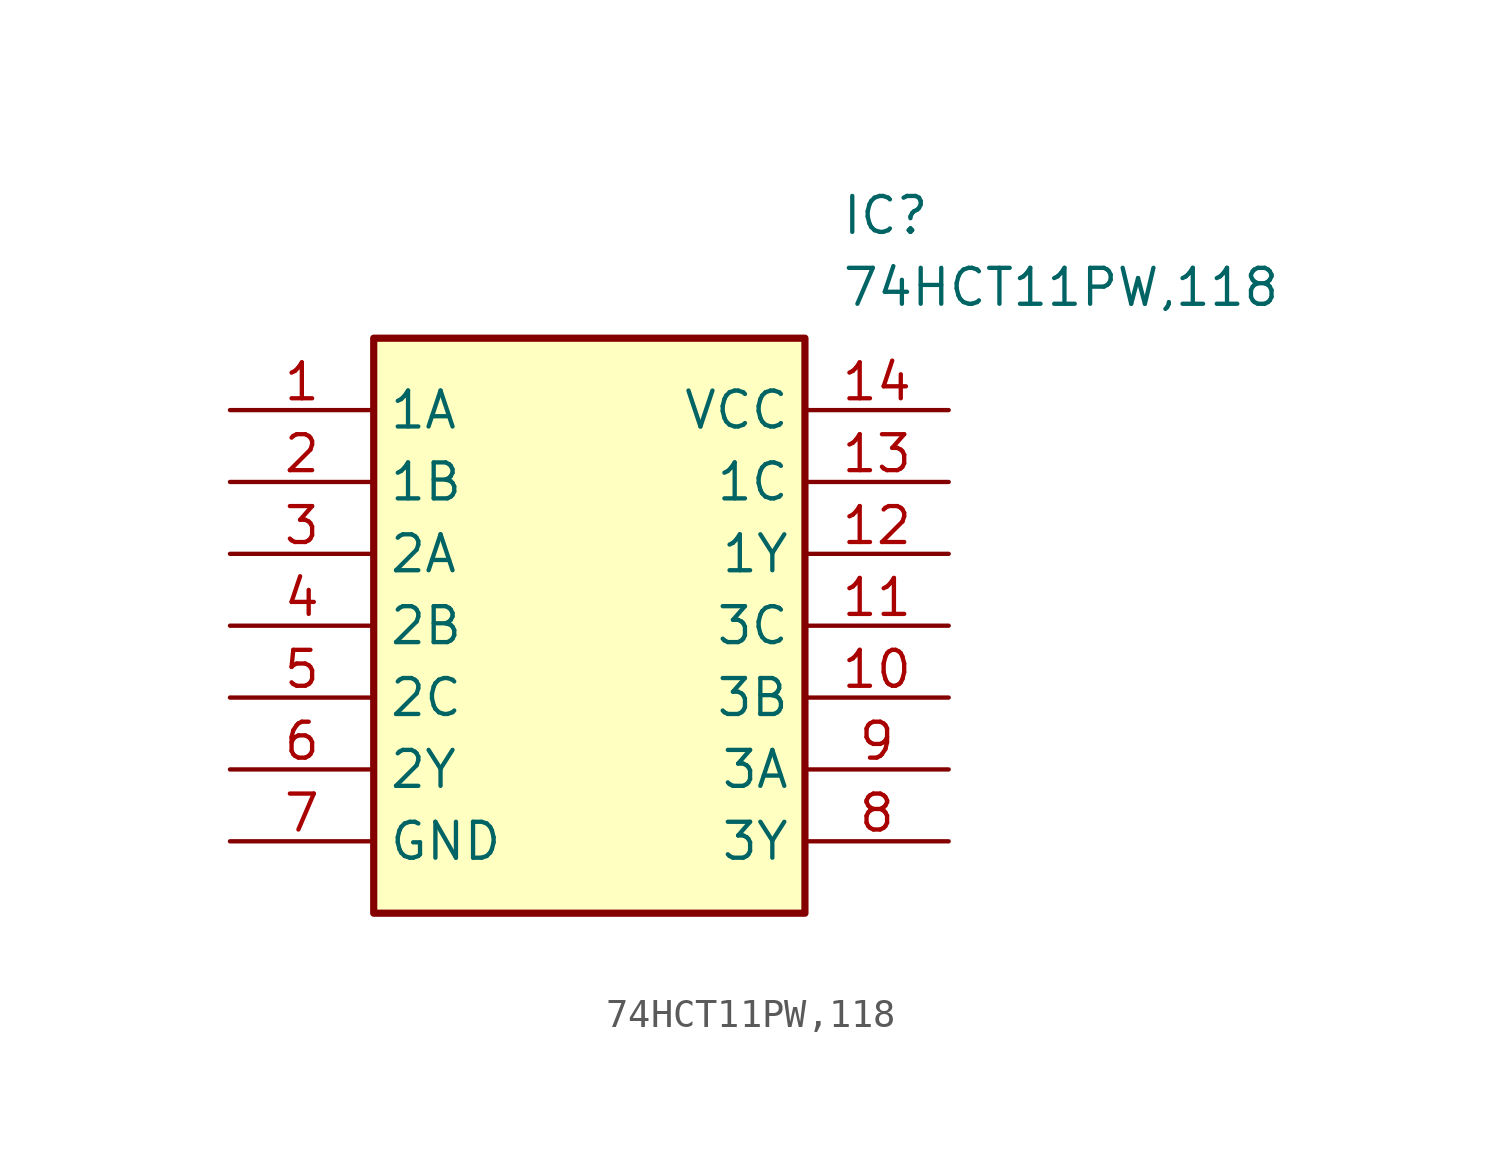
<source format=kicad_sym>
(kicad_symbol_lib
  (version 20211014)
  (generator SamacSys_ECAD_Model)
  (symbol "74HCT11PW,118"
    (property "Reference" "IC"
      (at 21.59 7.62 0)
      (effects (font (size 1.27 1.27)) (justify left top)))
    (property "Value" "74HCT11PW,118"
      (at 21.59 5.08 0)
      (effects (font (size 1.27 1.27)) (justify left top)))
    (rectangle
      (start 5.08 2.54)
      (end 20.32 -17.78)
      (stroke (width 0.254) (type default))
      (fill (type background)))
    (pin passive line
      (at 0 0 0)
      (length 5.08)
      (name "1A" (effects (font (size 1.27 1.27))))
      (number "1" (effects (font (size 1.27 1.27)))))
    (pin passive line
      (at 0 -2.54 0)
      (length 5.08)
      (name "1B" (effects (font (size 1.27 1.27))))
      (number "2" (effects (font (size 1.27 1.27)))))
    (pin passive line
      (at 0 -5.08 0)
      (length 5.08)
      (name "2A" (effects (font (size 1.27 1.27))))
      (number "3" (effects (font (size 1.27 1.27)))))
    (pin passive line
      (at 0 -7.62 0)
      (length 5.08)
      (name "2B" (effects (font (size 1.27 1.27))))
      (number "4" (effects (font (size 1.27 1.27)))))
    (pin passive line
      (at 0 -10.16 0)
      (length 5.08)
      (name "2C" (effects (font (size 1.27 1.27))))
      (number "5" (effects (font (size 1.27 1.27)))))
    (pin passive line
      (at 0 -12.7 0)
      (length 5.08)
      (name "2Y" (effects (font (size 1.27 1.27))))
      (number "6" (effects (font (size 1.27 1.27)))))
    (pin passive line
      (at 0 -15.24 0)
      (length 5.08)
      (name "GND" (effects (font (size 1.27 1.27))))
      (number "7" (effects (font (size 1.27 1.27)))))
    (pin passive line
      (at 25.4 0 180)
      (length 5.08)
      (name "VCC" (effects (font (size 1.27 1.27))))
      (number "14" (effects (font (size 1.27 1.27)))))
    (pin passive line
      (at 25.4 -2.54 180)
      (length 5.08)
      (name "1C" (effects (font (size 1.27 1.27))))
      (number "13" (effects (font (size 1.27 1.27)))))
    (pin passive line
      (at 25.4 -5.08 180)
      (length 5.08)
      (name "1Y" (effects (font (size 1.27 1.27))))
      (number "12" (effects (font (size 1.27 1.27)))))
    (pin passive line
      (at 25.4 -7.62 180)
      (length 5.08)
      (name "3C" (effects (font (size 1.27 1.27))))
      (number "11" (effects (font (size 1.27 1.27)))))
    (pin passive line
      (at 25.4 -10.16 180)
      (length 5.08)
      (name "3B" (effects (font (size 1.27 1.27))))
      (number "10" (effects (font (size 1.27 1.27)))))
    (pin passive line
      (at 25.4 -12.7 180)
      (length 5.08)
      (name "3A" (effects (font (size 1.27 1.27))))
      (number "9" (effects (font (size 1.27 1.27)))))
    (pin passive line
      (at 25.4 -15.24 180)
      (length 5.08)
      (name "3Y" (effects (font (size 1.27 1.27))))
      (number "8" (effects (font (size 1.27 1.27)))))))
</source>
